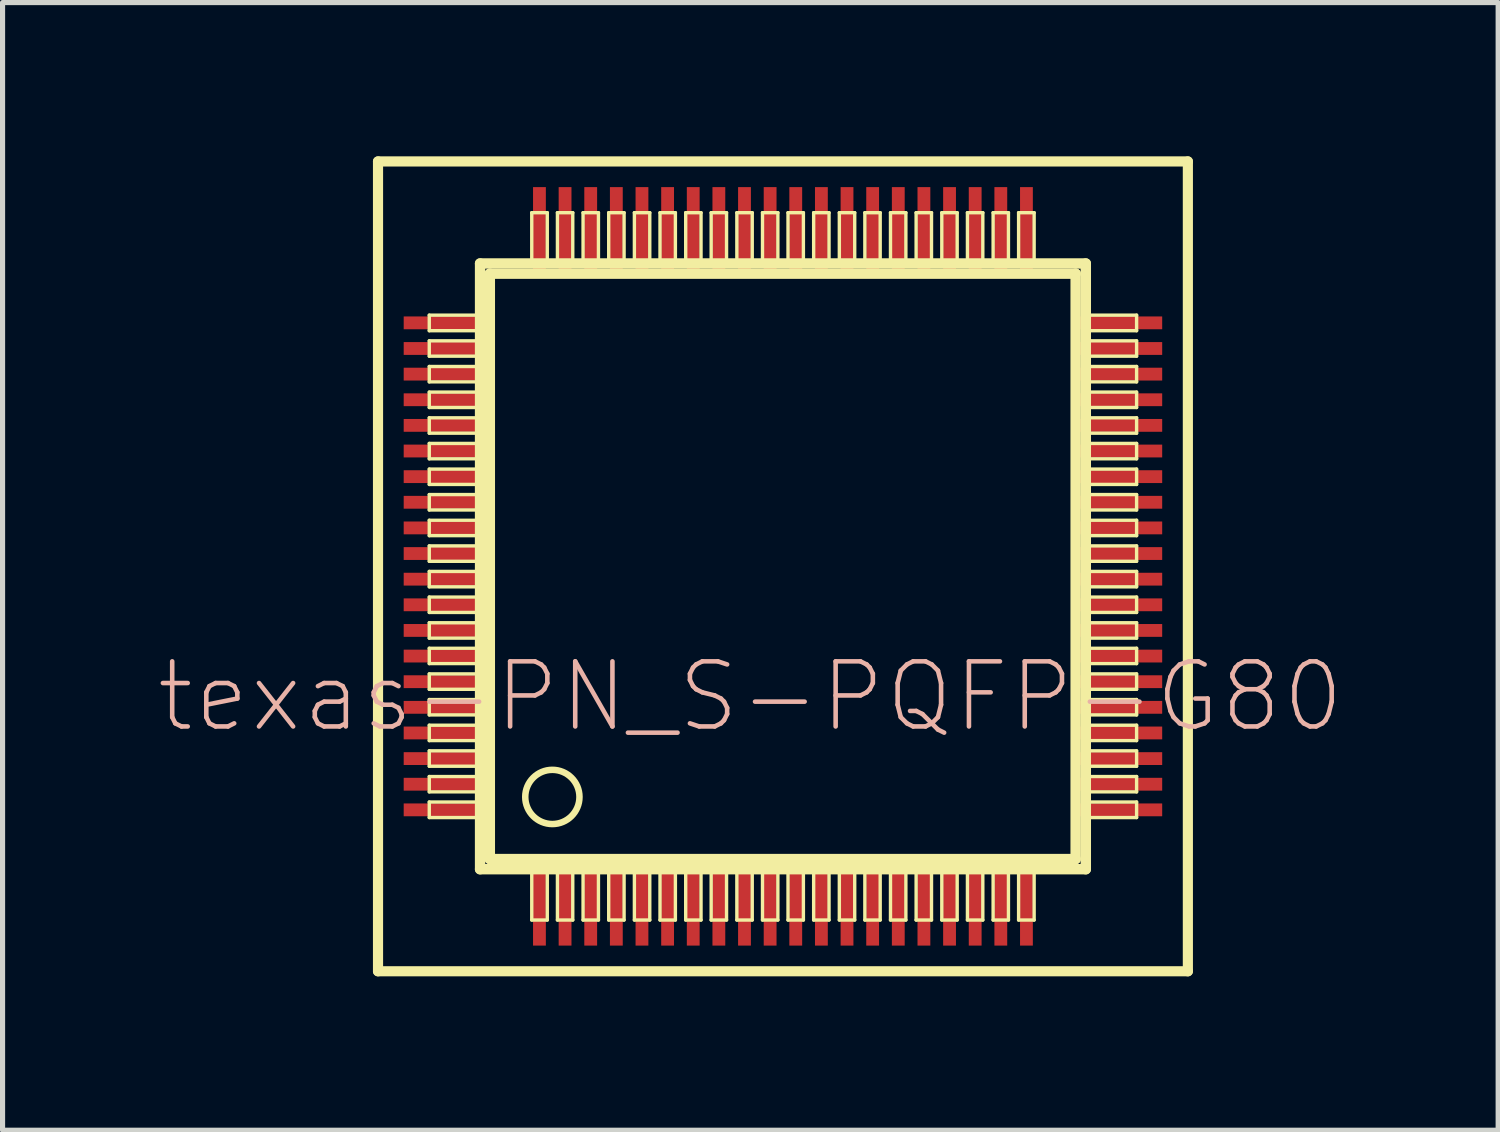
<source format=kicad_pcb>
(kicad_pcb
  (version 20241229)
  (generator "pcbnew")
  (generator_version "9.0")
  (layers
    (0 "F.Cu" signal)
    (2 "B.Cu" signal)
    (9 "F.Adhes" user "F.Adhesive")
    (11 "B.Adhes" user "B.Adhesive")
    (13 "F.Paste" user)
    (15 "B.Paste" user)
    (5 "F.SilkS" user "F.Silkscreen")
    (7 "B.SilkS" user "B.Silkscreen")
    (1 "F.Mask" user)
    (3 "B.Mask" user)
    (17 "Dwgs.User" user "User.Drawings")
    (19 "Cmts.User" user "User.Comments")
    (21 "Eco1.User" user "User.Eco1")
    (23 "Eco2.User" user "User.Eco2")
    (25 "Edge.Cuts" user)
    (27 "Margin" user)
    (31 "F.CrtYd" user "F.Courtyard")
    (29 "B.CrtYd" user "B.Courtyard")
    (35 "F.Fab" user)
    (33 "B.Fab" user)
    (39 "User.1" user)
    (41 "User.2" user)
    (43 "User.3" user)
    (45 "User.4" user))
  (footprint "texas-PN_S-PQFP-G80"
    (layer "F.Cu")
    (at 12.223 7.998)
    (property "Reference" "texas-PN_S-PQFP-G80" (at -0.635 2.54 0) (layer "B.SilkS") (effects (font (size 1.27 1.27) (thickness 0.089))))
    (attr smd)
    (fp_line (start -7.899 -7.899) (end 7.899 -7.899) (stroke (width 0.198) (type solid)) (layer "F.SilkS"))
    (fp_line (start -7.899 7.899) (end -7.899 -7.899) (stroke (width 0.198) (type solid)) (layer "F.SilkS"))
    (fp_line (start -6.899 -4.9) (end -5.949 -4.9) (stroke (width 0.066) (type solid)) (layer "F.SilkS"))
    (fp_line (start -6.899 -4.597) (end -6.899 -4.9) (stroke (width 0.066) (type solid)) (layer "F.SilkS"))
    (fp_line (start -6.899 -4.597) (end -5.949 -4.597) (stroke (width 0.066) (type solid)) (layer "F.SilkS"))
    (fp_line (start -6.899 -4.399) (end -5.949 -4.399) (stroke (width 0.066) (type solid)) (layer "F.SilkS"))
    (fp_line (start -6.899 -4.1) (end -6.899 -4.399) (stroke (width 0.066) (type solid)) (layer "F.SilkS"))
    (fp_line (start -6.899 -4.1) (end -5.949 -4.1) (stroke (width 0.066) (type solid)) (layer "F.SilkS"))
    (fp_line (start -6.899 -3.899) (end -5.949 -3.899) (stroke (width 0.066) (type solid)) (layer "F.SilkS"))
    (fp_line (start -6.899 -3.599) (end -6.899 -3.899) (stroke (width 0.066) (type solid)) (layer "F.SilkS"))
    (fp_line (start -6.899 -3.599) (end -5.949 -3.599) (stroke (width 0.066) (type solid)) (layer "F.SilkS"))
    (fp_line (start -6.899 -3.399) (end -5.949 -3.399) (stroke (width 0.066) (type solid)) (layer "F.SilkS"))
    (fp_line (start -6.899 -3.099) (end -6.899 -3.399) (stroke (width 0.066) (type solid)) (layer "F.SilkS"))
    (fp_line (start -6.899 -3.099) (end -5.949 -3.099) (stroke (width 0.066) (type solid)) (layer "F.SilkS"))
    (fp_line (start -6.899 -2.898) (end -5.949 -2.898) (stroke (width 0.066) (type solid)) (layer "F.SilkS"))
    (fp_line (start -6.899 -2.598) (end -6.899 -2.898) (stroke (width 0.066) (type solid)) (layer "F.SilkS"))
    (fp_line (start -6.899 -2.598) (end -5.949 -2.598) (stroke (width 0.066) (type solid)) (layer "F.SilkS"))
    (fp_line (start -6.899 -2.398) (end -5.949 -2.398) (stroke (width 0.066) (type solid)) (layer "F.SilkS"))
    (fp_line (start -6.899 -2.098) (end -6.899 -2.398) (stroke (width 0.066) (type solid)) (layer "F.SilkS"))
    (fp_line (start -6.899 -2.098) (end -5.949 -2.098) (stroke (width 0.066) (type solid)) (layer "F.SilkS"))
    (fp_line (start -6.899 -1.897) (end -5.949 -1.897) (stroke (width 0.066) (type solid)) (layer "F.SilkS"))
    (fp_line (start -6.899 -1.598) (end -6.899 -1.897) (stroke (width 0.066) (type solid)) (layer "F.SilkS"))
    (fp_line (start -6.899 -1.598) (end -5.949 -1.598) (stroke (width 0.066) (type solid)) (layer "F.SilkS"))
    (fp_line (start -6.899 -1.4) (end -5.949 -1.4) (stroke (width 0.066) (type solid)) (layer "F.SilkS"))
    (fp_line (start -6.899 -1.1) (end -6.899 -1.4) (stroke (width 0.066) (type solid)) (layer "F.SilkS"))
    (fp_line (start -6.899 -1.1) (end -5.949 -1.1) (stroke (width 0.066) (type solid)) (layer "F.SilkS"))
    (fp_line (start -6.899 -0.899) (end -5.949 -0.899) (stroke (width 0.066) (type solid)) (layer "F.SilkS"))
    (fp_line (start -6.899 -0.599) (end -6.899 -0.899) (stroke (width 0.066) (type solid)) (layer "F.SilkS"))
    (fp_line (start -6.899 -0.599) (end -5.949 -0.599) (stroke (width 0.066) (type solid)) (layer "F.SilkS"))
    (fp_line (start -6.899 -0.399) (end -5.949 -0.399) (stroke (width 0.066) (type solid)) (layer "F.SilkS"))
    (fp_line (start -6.899 -0.099) (end -6.899 -0.399) (stroke (width 0.066) (type solid)) (layer "F.SilkS"))
    (fp_line (start -6.899 -0.099) (end -5.949 -0.099) (stroke (width 0.066) (type solid)) (layer "F.SilkS"))
    (fp_line (start -6.899 0.099) (end -5.949 0.099) (stroke (width 0.066) (type solid)) (layer "F.SilkS"))
    (fp_line (start -6.899 0.399) (end -6.899 0.099) (stroke (width 0.066) (type solid)) (layer "F.SilkS"))
    (fp_line (start -6.899 0.399) (end -5.949 0.399) (stroke (width 0.066) (type solid)) (layer "F.SilkS"))
    (fp_line (start -6.899 0.599) (end -5.949 0.599) (stroke (width 0.066) (type solid)) (layer "F.SilkS"))
    (fp_line (start -6.899 0.899) (end -6.899 0.599) (stroke (width 0.066) (type solid)) (layer "F.SilkS"))
    (fp_line (start -6.899 0.899) (end -5.949 0.899) (stroke (width 0.066) (type solid)) (layer "F.SilkS"))
    (fp_line (start -6.899 1.1) (end -5.949 1.1) (stroke (width 0.066) (type solid)) (layer "F.SilkS"))
    (fp_line (start -6.899 1.4) (end -6.899 1.1) (stroke (width 0.066) (type solid)) (layer "F.SilkS"))
    (fp_line (start -6.899 1.4) (end -5.949 1.4) (stroke (width 0.066) (type solid)) (layer "F.SilkS"))
    (fp_line (start -6.899 1.598) (end -5.949 1.598) (stroke (width 0.066) (type solid)) (layer "F.SilkS"))
    (fp_line (start -6.899 1.897) (end -6.899 1.598) (stroke (width 0.066) (type solid)) (layer "F.SilkS"))
    (fp_line (start -6.899 1.897) (end -5.949 1.897) (stroke (width 0.066) (type solid)) (layer "F.SilkS"))
    (fp_line (start -6.899 2.098) (end -5.949 2.098) (stroke (width 0.066) (type solid)) (layer "F.SilkS"))
    (fp_line (start -6.899 2.398) (end -6.899 2.098) (stroke (width 0.066) (type solid)) (layer "F.SilkS"))
    (fp_line (start -6.899 2.398) (end -5.949 2.398) (stroke (width 0.066) (type solid)) (layer "F.SilkS"))
    (fp_line (start -6.899 2.598) (end -5.949 2.598) (stroke (width 0.066) (type solid)) (layer "F.SilkS"))
    (fp_line (start -6.899 2.898) (end -6.899 2.598) (stroke (width 0.066) (type solid)) (layer "F.SilkS"))
    (fp_line (start -6.899 2.898) (end -5.949 2.898) (stroke (width 0.066) (type solid)) (layer "F.SilkS"))
    (fp_line (start -6.899 3.099) (end -5.949 3.099) (stroke (width 0.066) (type solid)) (layer "F.SilkS"))
    (fp_line (start -6.899 3.399) (end -6.899 3.099) (stroke (width 0.066) (type solid)) (layer "F.SilkS"))
    (fp_line (start -6.899 3.399) (end -5.949 3.399) (stroke (width 0.066) (type solid)) (layer "F.SilkS"))
    (fp_line (start -6.899 3.599) (end -5.949 3.599) (stroke (width 0.066) (type solid)) (layer "F.SilkS"))
    (fp_line (start -6.899 3.899) (end -6.899 3.599) (stroke (width 0.066) (type solid)) (layer "F.SilkS"))
    (fp_line (start -6.899 3.899) (end -5.949 3.899) (stroke (width 0.066) (type solid)) (layer "F.SilkS"))
    (fp_line (start -6.899 4.1) (end -5.949 4.1) (stroke (width 0.066) (type solid)) (layer "F.SilkS"))
    (fp_line (start -6.899 4.399) (end -6.899 4.1) (stroke (width 0.066) (type solid)) (layer "F.SilkS"))
    (fp_line (start -6.899 4.399) (end -5.949 4.399) (stroke (width 0.066) (type solid)) (layer "F.SilkS"))
    (fp_line (start -6.899 4.597) (end -5.949 4.597) (stroke (width 0.066) (type solid)) (layer "F.SilkS"))
    (fp_line (start -6.899 4.9) (end -6.899 4.597) (stroke (width 0.066) (type solid)) (layer "F.SilkS"))
    (fp_line (start -6.899 4.9) (end -5.949 4.9) (stroke (width 0.066) (type solid)) (layer "F.SilkS"))
    (fp_line (start -5.949 -4.597) (end -5.949 -4.9) (stroke (width 0.066) (type solid)) (layer "F.SilkS"))
    (fp_line (start -5.949 -4.1) (end -5.949 -4.399) (stroke (width 0.066) (type solid)) (layer "F.SilkS"))
    (fp_line (start -5.949 -3.599) (end -5.949 -3.899) (stroke (width 0.066) (type solid)) (layer "F.SilkS"))
    (fp_line (start -5.949 -3.099) (end -5.949 -3.399) (stroke (width 0.066) (type solid)) (layer "F.SilkS"))
    (fp_line (start -5.949 -2.598) (end -5.949 -2.898) (stroke (width 0.066) (type solid)) (layer "F.SilkS"))
    (fp_line (start -5.949 -2.098) (end -5.949 -2.398) (stroke (width 0.066) (type solid)) (layer "F.SilkS"))
    (fp_line (start -5.949 -1.598) (end -5.949 -1.897) (stroke (width 0.066) (type solid)) (layer "F.SilkS"))
    (fp_line (start -5.949 -1.1) (end -5.949 -1.4) (stroke (width 0.066) (type solid)) (layer "F.SilkS"))
    (fp_line (start -5.949 -0.599) (end -5.949 -0.899) (stroke (width 0.066) (type solid)) (layer "F.SilkS"))
    (fp_line (start -5.949 -0.099) (end -5.949 -0.399) (stroke (width 0.066) (type solid)) (layer "F.SilkS"))
    (fp_line (start -5.949 0.399) (end -5.949 0.099) (stroke (width 0.066) (type solid)) (layer "F.SilkS"))
    (fp_line (start -5.949 0.899) (end -5.949 0.599) (stroke (width 0.066) (type solid)) (layer "F.SilkS"))
    (fp_line (start -5.949 1.4) (end -5.949 1.1) (stroke (width 0.066) (type solid)) (layer "F.SilkS"))
    (fp_line (start -5.949 1.897) (end -5.949 1.598) (stroke (width 0.066) (type solid)) (layer "F.SilkS"))
    (fp_line (start -5.949 2.398) (end -5.949 2.098) (stroke (width 0.066) (type solid)) (layer "F.SilkS"))
    (fp_line (start -5.949 2.898) (end -5.949 2.598) (stroke (width 0.066) (type solid)) (layer "F.SilkS"))
    (fp_line (start -5.949 3.399) (end -5.949 3.099) (stroke (width 0.066) (type solid)) (layer "F.SilkS"))
    (fp_line (start -5.949 3.899) (end -5.949 3.599) (stroke (width 0.066) (type solid)) (layer "F.SilkS"))
    (fp_line (start -5.949 4.399) (end -5.949 4.1) (stroke (width 0.066) (type solid)) (layer "F.SilkS"))
    (fp_line (start -5.949 4.9) (end -5.949 4.597) (stroke (width 0.066) (type solid)) (layer "F.SilkS"))
    (fp_line (start -5.908 -5.908) (end -5.908 5.908) (stroke (width 0.203) (type solid)) (layer "F.SilkS"))
    (fp_line (start -5.908 5.908) (end 5.908 5.908) (stroke (width 0.203) (type solid)) (layer "F.SilkS"))
    (fp_line (start -5.718 -5.71) (end 5.71 -5.71) (stroke (width 0.203) (type solid)) (layer "F.SilkS"))
    (fp_line (start -5.718 5.71) (end -5.718 -5.71) (stroke (width 0.203) (type solid)) (layer "F.SilkS"))
    (fp_line (start -4.9 -6.899) (end -4.597 -6.899) (stroke (width 0.066) (type solid)) (layer "F.SilkS"))
    (fp_line (start -4.9 -5.949) (end -4.9 -6.899) (stroke (width 0.066) (type solid)) (layer "F.SilkS"))
    (fp_line (start -4.9 -5.949) (end -4.597 -5.949) (stroke (width 0.066) (type solid)) (layer "F.SilkS"))
    (fp_line (start -4.9 5.949) (end -4.597 5.949) (stroke (width 0.066) (type solid)) (layer "F.SilkS"))
    (fp_line (start -4.9 6.899) (end -4.9 5.949) (stroke (width 0.066) (type solid)) (layer "F.SilkS"))
    (fp_line (start -4.9 6.899) (end -4.597 6.899) (stroke (width 0.066) (type solid)) (layer "F.SilkS"))
    (fp_line (start -4.597 -5.949) (end -4.597 -6.899) (stroke (width 0.066) (type solid)) (layer "F.SilkS"))
    (fp_line (start -4.597 6.899) (end -4.597 5.949) (stroke (width 0.066) (type solid)) (layer "F.SilkS"))
    (fp_line (start -4.399 -6.899) (end -4.1 -6.899) (stroke (width 0.066) (type solid)) (layer "F.SilkS"))
    (fp_line (start -4.399 -5.949) (end -4.399 -6.899) (stroke (width 0.066) (type solid)) (layer "F.SilkS"))
    (fp_line (start -4.399 -5.949) (end -4.1 -5.949) (stroke (width 0.066) (type solid)) (layer "F.SilkS"))
    (fp_line (start -4.399 5.949) (end -4.1 5.949) (stroke (width 0.066) (type solid)) (layer "F.SilkS"))
    (fp_line (start -4.399 6.899) (end -4.399 5.949) (stroke (width 0.066) (type solid)) (layer "F.SilkS"))
    (fp_line (start -4.399 6.899) (end -4.1 6.899) (stroke (width 0.066) (type solid)) (layer "F.SilkS"))
    (fp_line (start -4.1 -5.949) (end -4.1 -6.899) (stroke (width 0.066) (type solid)) (layer "F.SilkS"))
    (fp_line (start -4.1 6.899) (end -4.1 5.949) (stroke (width 0.066) (type solid)) (layer "F.SilkS"))
    (fp_line (start -3.899 -6.899) (end -3.599 -6.899) (stroke (width 0.066) (type solid)) (layer "F.SilkS"))
    (fp_line (start -3.899 -5.949) (end -3.899 -6.899) (stroke (width 0.066) (type solid)) (layer "F.SilkS"))
    (fp_line (start -3.899 -5.949) (end -3.599 -5.949) (stroke (width 0.066) (type solid)) (layer "F.SilkS"))
    (fp_line (start -3.899 5.949) (end -3.599 5.949) (stroke (width 0.066) (type solid)) (layer "F.SilkS"))
    (fp_line (start -3.899 6.899) (end -3.899 5.949) (stroke (width 0.066) (type solid)) (layer "F.SilkS"))
    (fp_line (start -3.899 6.899) (end -3.599 6.899) (stroke (width 0.066) (type solid)) (layer "F.SilkS"))
    (fp_line (start -3.599 -5.949) (end -3.599 -6.899) (stroke (width 0.066) (type solid)) (layer "F.SilkS"))
    (fp_line (start -3.599 6.899) (end -3.599 5.949) (stroke (width 0.066) (type solid)) (layer "F.SilkS"))
    (fp_line (start -3.399 -6.899) (end -3.099 -6.899) (stroke (width 0.066) (type solid)) (layer "F.SilkS"))
    (fp_line (start -3.399 -5.949) (end -3.399 -6.899) (stroke (width 0.066) (type solid)) (layer "F.SilkS"))
    (fp_line (start -3.399 -5.949) (end -3.099 -5.949) (stroke (width 0.066) (type solid)) (layer "F.SilkS"))
    (fp_line (start -3.399 5.949) (end -3.099 5.949) (stroke (width 0.066) (type solid)) (layer "F.SilkS"))
    (fp_line (start -3.399 6.899) (end -3.399 5.949) (stroke (width 0.066) (type solid)) (layer "F.SilkS"))
    (fp_line (start -3.399 6.899) (end -3.099 6.899) (stroke (width 0.066) (type solid)) (layer "F.SilkS"))
    (fp_line (start -3.099 -5.949) (end -3.099 -6.899) (stroke (width 0.066) (type solid)) (layer "F.SilkS"))
    (fp_line (start -3.099 6.899) (end -3.099 5.949) (stroke (width 0.066) (type solid)) (layer "F.SilkS"))
    (fp_line (start -2.898 -6.899) (end -2.598 -6.899) (stroke (width 0.066) (type solid)) (layer "F.SilkS"))
    (fp_line (start -2.898 -5.949) (end -2.898 -6.899) (stroke (width 0.066) (type solid)) (layer "F.SilkS"))
    (fp_line (start -2.898 -5.949) (end -2.598 -5.949) (stroke (width 0.066) (type solid)) (layer "F.SilkS"))
    (fp_line (start -2.898 5.949) (end -2.598 5.949) (stroke (width 0.066) (type solid)) (layer "F.SilkS"))
    (fp_line (start -2.898 6.899) (end -2.898 5.949) (stroke (width 0.066) (type solid)) (layer "F.SilkS"))
    (fp_line (start -2.898 6.899) (end -2.598 6.899) (stroke (width 0.066) (type solid)) (layer "F.SilkS"))
    (fp_line (start -2.598 -5.949) (end -2.598 -6.899) (stroke (width 0.066) (type solid)) (layer "F.SilkS"))
    (fp_line (start -2.598 6.899) (end -2.598 5.949) (stroke (width 0.066) (type solid)) (layer "F.SilkS"))
    (fp_line (start -2.398 -6.899) (end -2.098 -6.899) (stroke (width 0.066) (type solid)) (layer "F.SilkS"))
    (fp_line (start -2.398 -5.949) (end -2.398 -6.899) (stroke (width 0.066) (type solid)) (layer "F.SilkS"))
    (fp_line (start -2.398 -5.949) (end -2.098 -5.949) (stroke (width 0.066) (type solid)) (layer "F.SilkS"))
    (fp_line (start -2.398 5.949) (end -2.098 5.949) (stroke (width 0.066) (type solid)) (layer "F.SilkS"))
    (fp_line (start -2.398 6.899) (end -2.398 5.949) (stroke (width 0.066) (type solid)) (layer "F.SilkS"))
    (fp_line (start -2.398 6.899) (end -2.098 6.899) (stroke (width 0.066) (type solid)) (layer "F.SilkS"))
    (fp_line (start -2.098 -5.949) (end -2.098 -6.899) (stroke (width 0.066) (type solid)) (layer "F.SilkS"))
    (fp_line (start -2.098 6.899) (end -2.098 5.949) (stroke (width 0.066) (type solid)) (layer "F.SilkS"))
    (fp_line (start -1.897 -6.899) (end -1.598 -6.899) (stroke (width 0.066) (type solid)) (layer "F.SilkS"))
    (fp_line (start -1.897 -5.949) (end -1.897 -6.899) (stroke (width 0.066) (type solid)) (layer "F.SilkS"))
    (fp_line (start -1.897 -5.949) (end -1.598 -5.949) (stroke (width 0.066) (type solid)) (layer "F.SilkS"))
    (fp_line (start -1.897 5.949) (end -1.598 5.949) (stroke (width 0.066) (type solid)) (layer "F.SilkS"))
    (fp_line (start -1.897 6.899) (end -1.897 5.949) (stroke (width 0.066) (type solid)) (layer "F.SilkS"))
    (fp_line (start -1.897 6.899) (end -1.598 6.899) (stroke (width 0.066) (type solid)) (layer "F.SilkS"))
    (fp_line (start -1.598 -5.949) (end -1.598 -6.899) (stroke (width 0.066) (type solid)) (layer "F.SilkS"))
    (fp_line (start -1.598 6.899) (end -1.598 5.949) (stroke (width 0.066) (type solid)) (layer "F.SilkS"))
    (fp_line (start -1.4 -6.899) (end -1.1 -6.899) (stroke (width 0.066) (type solid)) (layer "F.SilkS"))
    (fp_line (start -1.4 -5.949) (end -1.4 -6.899) (stroke (width 0.066) (type solid)) (layer "F.SilkS"))
    (fp_line (start -1.4 -5.949) (end -1.1 -5.949) (stroke (width 0.066) (type solid)) (layer "F.SilkS"))
    (fp_line (start -1.4 5.949) (end -1.1 5.949) (stroke (width 0.066) (type solid)) (layer "F.SilkS"))
    (fp_line (start -1.4 6.899) (end -1.4 5.949) (stroke (width 0.066) (type solid)) (layer "F.SilkS"))
    (fp_line (start -1.4 6.899) (end -1.1 6.899) (stroke (width 0.066) (type solid)) (layer "F.SilkS"))
    (fp_line (start -1.1 -5.949) (end -1.1 -6.899) (stroke (width 0.066) (type solid)) (layer "F.SilkS"))
    (fp_line (start -1.1 6.899) (end -1.1 5.949) (stroke (width 0.066) (type solid)) (layer "F.SilkS"))
    (fp_line (start -0.899 -6.899) (end -0.599 -6.899) (stroke (width 0.066) (type solid)) (layer "F.SilkS"))
    (fp_line (start -0.899 -5.949) (end -0.899 -6.899) (stroke (width 0.066) (type solid)) (layer "F.SilkS"))
    (fp_line (start -0.899 -5.949) (end -0.599 -5.949) (stroke (width 0.066) (type solid)) (layer "F.SilkS"))
    (fp_line (start -0.899 5.949) (end -0.599 5.949) (stroke (width 0.066) (type solid)) (layer "F.SilkS"))
    (fp_line (start -0.899 6.899) (end -0.899 5.949) (stroke (width 0.066) (type solid)) (layer "F.SilkS"))
    (fp_line (start -0.899 6.899) (end -0.599 6.899) (stroke (width 0.066) (type solid)) (layer "F.SilkS"))
    (fp_line (start -0.599 -5.949) (end -0.599 -6.899) (stroke (width 0.066) (type solid)) (layer "F.SilkS"))
    (fp_line (start -0.599 6.899) (end -0.599 5.949) (stroke (width 0.066) (type solid)) (layer "F.SilkS"))
    (fp_line (start -0.399 -6.899) (end -0.099 -6.899) (stroke (width 0.066) (type solid)) (layer "F.SilkS"))
    (fp_line (start -0.399 -5.949) (end -0.399 -6.899) (stroke (width 0.066) (type solid)) (layer "F.SilkS"))
    (fp_line (start -0.399 -5.949) (end -0.099 -5.949) (stroke (width 0.066) (type solid)) (layer "F.SilkS"))
    (fp_line (start -0.399 5.949) (end -0.099 5.949) (stroke (width 0.066) (type solid)) (layer "F.SilkS"))
    (fp_line (start -0.399 6.899) (end -0.399 5.949) (stroke (width 0.066) (type solid)) (layer "F.SilkS"))
    (fp_line (start -0.399 6.899) (end -0.099 6.899) (stroke (width 0.066) (type solid)) (layer "F.SilkS"))
    (fp_line (start -0.099 -5.949) (end -0.099 -6.899) (stroke (width 0.066) (type solid)) (layer "F.SilkS"))
    (fp_line (start -0.099 6.899) (end -0.099 5.949) (stroke (width 0.066) (type solid)) (layer "F.SilkS"))
    (fp_line (start 0.099 -6.899) (end 0.399 -6.899) (stroke (width 0.066) (type solid)) (layer "F.SilkS"))
    (fp_line (start 0.099 -5.949) (end 0.099 -6.899) (stroke (width 0.066) (type solid)) (layer "F.SilkS"))
    (fp_line (start 0.099 -5.949) (end 0.399 -5.949) (stroke (width 0.066) (type solid)) (layer "F.SilkS"))
    (fp_line (start 0.099 5.949) (end 0.399 5.949) (stroke (width 0.066) (type solid)) (layer "F.SilkS"))
    (fp_line (start 0.099 6.899) (end 0.099 5.949) (stroke (width 0.066) (type solid)) (layer "F.SilkS"))
    (fp_line (start 0.099 6.899) (end 0.399 6.899) (stroke (width 0.066) (type solid)) (layer "F.SilkS"))
    (fp_line (start 0.399 -5.949) (end 0.399 -6.899) (stroke (width 0.066) (type solid)) (layer "F.SilkS"))
    (fp_line (start 0.399 6.899) (end 0.399 5.949) (stroke (width 0.066) (type solid)) (layer "F.SilkS"))
    (fp_line (start 0.599 -6.899) (end 0.899 -6.899) (stroke (width 0.066) (type solid)) (layer "F.SilkS"))
    (fp_line (start 0.599 -5.949) (end 0.599 -6.899) (stroke (width 0.066) (type solid)) (layer "F.SilkS"))
    (fp_line (start 0.599 -5.949) (end 0.899 -5.949) (stroke (width 0.066) (type solid)) (layer "F.SilkS"))
    (fp_line (start 0.599 5.949) (end 0.899 5.949) (stroke (width 0.066) (type solid)) (layer "F.SilkS"))
    (fp_line (start 0.599 6.899) (end 0.599 5.949) (stroke (width 0.066) (type solid)) (layer "F.SilkS"))
    (fp_line (start 0.599 6.899) (end 0.899 6.899) (stroke (width 0.066) (type solid)) (layer "F.SilkS"))
    (fp_line (start 0.899 -5.949) (end 0.899 -6.899) (stroke (width 0.066) (type solid)) (layer "F.SilkS"))
    (fp_line (start 0.899 6.899) (end 0.899 5.949) (stroke (width 0.066) (type solid)) (layer "F.SilkS"))
    (fp_line (start 1.1 -6.899) (end 1.4 -6.899) (stroke (width 0.066) (type solid)) (layer "F.SilkS"))
    (fp_line (start 1.1 -5.949) (end 1.1 -6.899) (stroke (width 0.066) (type solid)) (layer "F.SilkS"))
    (fp_line (start 1.1 -5.949) (end 1.4 -5.949) (stroke (width 0.066) (type solid)) (layer "F.SilkS"))
    (fp_line (start 1.1 5.949) (end 1.4 5.949) (stroke (width 0.066) (type solid)) (layer "F.SilkS"))
    (fp_line (start 1.1 6.899) (end 1.1 5.949) (stroke (width 0.066) (type solid)) (layer "F.SilkS"))
    (fp_line (start 1.1 6.899) (end 1.4 6.899) (stroke (width 0.066) (type solid)) (layer "F.SilkS"))
    (fp_line (start 1.4 -5.949) (end 1.4 -6.899) (stroke (width 0.066) (type solid)) (layer "F.SilkS"))
    (fp_line (start 1.4 6.899) (end 1.4 5.949) (stroke (width 0.066) (type solid)) (layer "F.SilkS"))
    (fp_line (start 1.598 -6.899) (end 1.897 -6.899) (stroke (width 0.066) (type solid)) (layer "F.SilkS"))
    (fp_line (start 1.598 -5.949) (end 1.598 -6.899) (stroke (width 0.066) (type solid)) (layer "F.SilkS"))
    (fp_line (start 1.598 -5.949) (end 1.897 -5.949) (stroke (width 0.066) (type solid)) (layer "F.SilkS"))
    (fp_line (start 1.598 5.949) (end 1.897 5.949) (stroke (width 0.066) (type solid)) (layer "F.SilkS"))
    (fp_line (start 1.598 6.899) (end 1.598 5.949) (stroke (width 0.066) (type solid)) (layer "F.SilkS"))
    (fp_line (start 1.598 6.899) (end 1.897 6.899) (stroke (width 0.066) (type solid)) (layer "F.SilkS"))
    (fp_line (start 1.897 -5.949) (end 1.897 -6.899) (stroke (width 0.066) (type solid)) (layer "F.SilkS"))
    (fp_line (start 1.897 6.899) (end 1.897 5.949) (stroke (width 0.066) (type solid)) (layer "F.SilkS"))
    (fp_line (start 2.098 -6.899) (end 2.398 -6.899) (stroke (width 0.066) (type solid)) (layer "F.SilkS"))
    (fp_line (start 2.098 -5.949) (end 2.098 -6.899) (stroke (width 0.066) (type solid)) (layer "F.SilkS"))
    (fp_line (start 2.098 -5.949) (end 2.398 -5.949) (stroke (width 0.066) (type solid)) (layer "F.SilkS"))
    (fp_line (start 2.098 5.949) (end 2.398 5.949) (stroke (width 0.066) (type solid)) (layer "F.SilkS"))
    (fp_line (start 2.098 6.899) (end 2.098 5.949) (stroke (width 0.066) (type solid)) (layer "F.SilkS"))
    (fp_line (start 2.098 6.899) (end 2.398 6.899) (stroke (width 0.066) (type solid)) (layer "F.SilkS"))
    (fp_line (start 2.398 -5.949) (end 2.398 -6.899) (stroke (width 0.066) (type solid)) (layer "F.SilkS"))
    (fp_line (start 2.398 6.899) (end 2.398 5.949) (stroke (width 0.066) (type solid)) (layer "F.SilkS"))
    (fp_line (start 2.598 -6.899) (end 2.898 -6.899) (stroke (width 0.066) (type solid)) (layer "F.SilkS"))
    (fp_line (start 2.598 -5.949) (end 2.598 -6.899) (stroke (width 0.066) (type solid)) (layer "F.SilkS"))
    (fp_line (start 2.598 -5.949) (end 2.898 -5.949) (stroke (width 0.066) (type solid)) (layer "F.SilkS"))
    (fp_line (start 2.598 5.949) (end 2.898 5.949) (stroke (width 0.066) (type solid)) (layer "F.SilkS"))
    (fp_line (start 2.598 6.899) (end 2.598 5.949) (stroke (width 0.066) (type solid)) (layer "F.SilkS"))
    (fp_line (start 2.598 6.899) (end 2.898 6.899) (stroke (width 0.066) (type solid)) (layer "F.SilkS"))
    (fp_line (start 2.898 -5.949) (end 2.898 -6.899) (stroke (width 0.066) (type solid)) (layer "F.SilkS"))
    (fp_line (start 2.898 6.899) (end 2.898 5.949) (stroke (width 0.066) (type solid)) (layer "F.SilkS"))
    (fp_line (start 3.099 -6.899) (end 3.399 -6.899) (stroke (width 0.066) (type solid)) (layer "F.SilkS"))
    (fp_line (start 3.099 -5.949) (end 3.099 -6.899) (stroke (width 0.066) (type solid)) (layer "F.SilkS"))
    (fp_line (start 3.099 -5.949) (end 3.399 -5.949) (stroke (width 0.066) (type solid)) (layer "F.SilkS"))
    (fp_line (start 3.099 5.949) (end 3.399 5.949) (stroke (width 0.066) (type solid)) (layer "F.SilkS"))
    (fp_line (start 3.099 6.899) (end 3.099 5.949) (stroke (width 0.066) (type solid)) (layer "F.SilkS"))
    (fp_line (start 3.099 6.899) (end 3.399 6.899) (stroke (width 0.066) (type solid)) (layer "F.SilkS"))
    (fp_line (start 3.399 -5.949) (end 3.399 -6.899) (stroke (width 0.066) (type solid)) (layer "F.SilkS"))
    (fp_line (start 3.399 6.899) (end 3.399 5.949) (stroke (width 0.066) (type solid)) (layer "F.SilkS"))
    (fp_line (start 3.599 -6.899) (end 3.899 -6.899) (stroke (width 0.066) (type solid)) (layer "F.SilkS"))
    (fp_line (start 3.599 -5.949) (end 3.599 -6.899) (stroke (width 0.066) (type solid)) (layer "F.SilkS"))
    (fp_line (start 3.599 -5.949) (end 3.899 -5.949) (stroke (width 0.066) (type solid)) (layer "F.SilkS"))
    (fp_line (start 3.599 5.949) (end 3.899 5.949) (stroke (width 0.066) (type solid)) (layer "F.SilkS"))
    (fp_line (start 3.599 6.899) (end 3.599 5.949) (stroke (width 0.066) (type solid)) (layer "F.SilkS"))
    (fp_line (start 3.599 6.899) (end 3.899 6.899) (stroke (width 0.066) (type solid)) (layer "F.SilkS"))
    (fp_line (start 3.899 -5.949) (end 3.899 -6.899) (stroke (width 0.066) (type solid)) (layer "F.SilkS"))
    (fp_line (start 3.899 6.899) (end 3.899 5.949) (stroke (width 0.066) (type solid)) (layer "F.SilkS"))
    (fp_line (start 4.1 -6.899) (end 4.399 -6.899) (stroke (width 0.066) (type solid)) (layer "F.SilkS"))
    (fp_line (start 4.1 -5.949) (end 4.1 -6.899) (stroke (width 0.066) (type solid)) (layer "F.SilkS"))
    (fp_line (start 4.1 -5.949) (end 4.399 -5.949) (stroke (width 0.066) (type solid)) (layer "F.SilkS"))
    (fp_line (start 4.1 5.949) (end 4.399 5.949) (stroke (width 0.066) (type solid)) (layer "F.SilkS"))
    (fp_line (start 4.1 6.899) (end 4.1 5.949) (stroke (width 0.066) (type solid)) (layer "F.SilkS"))
    (fp_line (start 4.1 6.899) (end 4.399 6.899) (stroke (width 0.066) (type solid)) (layer "F.SilkS"))
    (fp_line (start 4.399 -5.949) (end 4.399 -6.899) (stroke (width 0.066) (type solid)) (layer "F.SilkS"))
    (fp_line (start 4.399 6.899) (end 4.399 5.949) (stroke (width 0.066) (type solid)) (layer "F.SilkS"))
    (fp_line (start 4.597 -6.899) (end 4.9 -6.899) (stroke (width 0.066) (type solid)) (layer "F.SilkS"))
    (fp_line (start 4.597 -5.949) (end 4.597 -6.899) (stroke (width 0.066) (type solid)) (layer "F.SilkS"))
    (fp_line (start 4.597 -5.949) (end 4.9 -5.949) (stroke (width 0.066) (type solid)) (layer "F.SilkS"))
    (fp_line (start 4.597 5.949) (end 4.9 5.949) (stroke (width 0.066) (type solid)) (layer "F.SilkS"))
    (fp_line (start 4.597 6.899) (end 4.597 5.949) (stroke (width 0.066) (type solid)) (layer "F.SilkS"))
    (fp_line (start 4.597 6.899) (end 4.9 6.899) (stroke (width 0.066) (type solid)) (layer "F.SilkS"))
    (fp_line (start 4.9 -5.949) (end 4.9 -6.899) (stroke (width 0.066) (type solid)) (layer "F.SilkS"))
    (fp_line (start 4.9 6.899) (end 4.9 5.949) (stroke (width 0.066) (type solid)) (layer "F.SilkS"))
    (fp_line (start 5.71 -5.71) (end 5.71 5.71) (stroke (width 0.203) (type solid)) (layer "F.SilkS"))
    (fp_line (start 5.71 5.71) (end -5.718 5.71) (stroke (width 0.203) (type solid)) (layer "F.SilkS"))
    (fp_line (start 5.908 -5.908) (end -5.908 -5.908) (stroke (width 0.203) (type solid)) (layer "F.SilkS"))
    (fp_line (start 5.908 5.908) (end 5.908 -5.908) (stroke (width 0.203) (type solid)) (layer "F.SilkS"))
    (fp_line (start 5.949 -4.9) (end 6.899 -4.9) (stroke (width 0.066) (type solid)) (layer "F.SilkS"))
    (fp_line (start 5.949 -4.597) (end 5.949 -4.9) (stroke (width 0.066) (type solid)) (layer "F.SilkS"))
    (fp_line (start 5.949 -4.597) (end 6.899 -4.597) (stroke (width 0.066) (type solid)) (layer "F.SilkS"))
    (fp_line (start 5.949 -4.399) (end 6.899 -4.399) (stroke (width 0.066) (type solid)) (layer "F.SilkS"))
    (fp_line (start 5.949 -4.1) (end 5.949 -4.399) (stroke (width 0.066) (type solid)) (layer "F.SilkS"))
    (fp_line (start 5.949 -4.1) (end 6.899 -4.1) (stroke (width 0.066) (type solid)) (layer "F.SilkS"))
    (fp_line (start 5.949 -3.899) (end 6.899 -3.899) (stroke (width 0.066) (type solid)) (layer "F.SilkS"))
    (fp_line (start 5.949 -3.599) (end 5.949 -3.899) (stroke (width 0.066) (type solid)) (layer "F.SilkS"))
    (fp_line (start 5.949 -3.599) (end 6.899 -3.599) (stroke (width 0.066) (type solid)) (layer "F.SilkS"))
    (fp_line (start 5.949 -3.399) (end 6.899 -3.399) (stroke (width 0.066) (type solid)) (layer "F.SilkS"))
    (fp_line (start 5.949 -3.099) (end 5.949 -3.399) (stroke (width 0.066) (type solid)) (layer "F.SilkS"))
    (fp_line (start 5.949 -3.099) (end 6.899 -3.099) (stroke (width 0.066) (type solid)) (layer "F.SilkS"))
    (fp_line (start 5.949 -2.898) (end 6.899 -2.898) (stroke (width 0.066) (type solid)) (layer "F.SilkS"))
    (fp_line (start 5.949 -2.598) (end 5.949 -2.898) (stroke (width 0.066) (type solid)) (layer "F.SilkS"))
    (fp_line (start 5.949 -2.598) (end 6.899 -2.598) (stroke (width 0.066) (type solid)) (layer "F.SilkS"))
    (fp_line (start 5.949 -2.398) (end 6.899 -2.398) (stroke (width 0.066) (type solid)) (layer "F.SilkS"))
    (fp_line (start 5.949 -2.098) (end 5.949 -2.398) (stroke (width 0.066) (type solid)) (layer "F.SilkS"))
    (fp_line (start 5.949 -2.098) (end 6.899 -2.098) (stroke (width 0.066) (type solid)) (layer "F.SilkS"))
    (fp_line (start 5.949 -1.897) (end 6.899 -1.897) (stroke (width 0.066) (type solid)) (layer "F.SilkS"))
    (fp_line (start 5.949 -1.598) (end 5.949 -1.897) (stroke (width 0.066) (type solid)) (layer "F.SilkS"))
    (fp_line (start 5.949 -1.598) (end 6.899 -1.598) (stroke (width 0.066) (type solid)) (layer "F.SilkS"))
    (fp_line (start 5.949 -1.4) (end 6.899 -1.4) (stroke (width 0.066) (type solid)) (layer "F.SilkS"))
    (fp_line (start 5.949 -1.1) (end 5.949 -1.4) (stroke (width 0.066) (type solid)) (layer "F.SilkS"))
    (fp_line (start 5.949 -1.1) (end 6.899 -1.1) (stroke (width 0.066) (type solid)) (layer "F.SilkS"))
    (fp_line (start 5.949 -0.899) (end 6.899 -0.899) (stroke (width 0.066) (type solid)) (layer "F.SilkS"))
    (fp_line (start 5.949 -0.599) (end 5.949 -0.899) (stroke (width 0.066) (type solid)) (layer "F.SilkS"))
    (fp_line (start 5.949 -0.599) (end 6.899 -0.599) (stroke (width 0.066) (type solid)) (layer "F.SilkS"))
    (fp_line (start 5.949 -0.399) (end 6.899 -0.399) (stroke (width 0.066) (type solid)) (layer "F.SilkS"))
    (fp_line (start 5.949 -0.099) (end 5.949 -0.399) (stroke (width 0.066) (type solid)) (layer "F.SilkS"))
    (fp_line (start 5.949 -0.099) (end 6.899 -0.099) (stroke (width 0.066) (type solid)) (layer "F.SilkS"))
    (fp_line (start 5.949 0.099) (end 6.899 0.099) (stroke (width 0.066) (type solid)) (layer "F.SilkS"))
    (fp_line (start 5.949 0.399) (end 5.949 0.099) (stroke (width 0.066) (type solid)) (layer "F.SilkS"))
    (fp_line (start 5.949 0.399) (end 6.899 0.399) (stroke (width 0.066) (type solid)) (layer "F.SilkS"))
    (fp_line (start 5.949 0.599) (end 6.899 0.599) (stroke (width 0.066) (type solid)) (layer "F.SilkS"))
    (fp_line (start 5.949 0.899) (end 5.949 0.599) (stroke (width 0.066) (type solid)) (layer "F.SilkS"))
    (fp_line (start 5.949 0.899) (end 6.899 0.899) (stroke (width 0.066) (type solid)) (layer "F.SilkS"))
    (fp_line (start 5.949 1.1) (end 6.899 1.1) (stroke (width 0.066) (type solid)) (layer "F.SilkS"))
    (fp_line (start 5.949 1.4) (end 5.949 1.1) (stroke (width 0.066) (type solid)) (layer "F.SilkS"))
    (fp_line (start 5.949 1.4) (end 6.899 1.4) (stroke (width 0.066) (type solid)) (layer "F.SilkS"))
    (fp_line (start 5.949 1.598) (end 6.899 1.598) (stroke (width 0.066) (type solid)) (layer "F.SilkS"))
    (fp_line (start 5.949 1.897) (end 5.949 1.598) (stroke (width 0.066) (type solid)) (layer "F.SilkS"))
    (fp_line (start 5.949 1.897) (end 6.899 1.897) (stroke (width 0.066) (type solid)) (layer "F.SilkS"))
    (fp_line (start 5.949 2.098) (end 6.899 2.098) (stroke (width 0.066) (type solid)) (layer "F.SilkS"))
    (fp_line (start 5.949 2.398) (end 5.949 2.098) (stroke (width 0.066) (type solid)) (layer "F.SilkS"))
    (fp_line (start 5.949 2.398) (end 6.899 2.398) (stroke (width 0.066) (type solid)) (layer "F.SilkS"))
    (fp_line (start 5.949 2.598) (end 6.899 2.598) (stroke (width 0.066) (type solid)) (layer "F.SilkS"))
    (fp_line (start 5.949 2.898) (end 5.949 2.598) (stroke (width 0.066) (type solid)) (layer "F.SilkS"))
    (fp_line (start 5.949 2.898) (end 6.899 2.898) (stroke (width 0.066) (type solid)) (layer "F.SilkS"))
    (fp_line (start 5.949 3.099) (end 6.899 3.099) (stroke (width 0.066) (type solid)) (layer "F.SilkS"))
    (fp_line (start 5.949 3.399) (end 5.949 3.099) (stroke (width 0.066) (type solid)) (layer "F.SilkS"))
    (fp_line (start 5.949 3.399) (end 6.899 3.399) (stroke (width 0.066) (type solid)) (layer "F.SilkS"))
    (fp_line (start 5.949 3.599) (end 6.899 3.599) (stroke (width 0.066) (type solid)) (layer "F.SilkS"))
    (fp_line (start 5.949 3.899) (end 5.949 3.599) (stroke (width 0.066) (type solid)) (layer "F.SilkS"))
    (fp_line (start 5.949 3.899) (end 6.899 3.899) (stroke (width 0.066) (type solid)) (layer "F.SilkS"))
    (fp_line (start 5.949 4.1) (end 6.899 4.1) (stroke (width 0.066) (type solid)) (layer "F.SilkS"))
    (fp_line (start 5.949 4.399) (end 5.949 4.1) (stroke (width 0.066) (type solid)) (layer "F.SilkS"))
    (fp_line (start 5.949 4.399) (end 6.899 4.399) (stroke (width 0.066) (type solid)) (layer "F.SilkS"))
    (fp_line (start 5.949 4.597) (end 6.899 4.597) (stroke (width 0.066) (type solid)) (layer "F.SilkS"))
    (fp_line (start 5.949 4.9) (end 5.949 4.597) (stroke (width 0.066) (type solid)) (layer "F.SilkS"))
    (fp_line (start 5.949 4.9) (end 6.899 4.9) (stroke (width 0.066) (type solid)) (layer "F.SilkS"))
    (fp_line (start 6.899 -4.597) (end 6.899 -4.9) (stroke (width 0.066) (type solid)) (layer "F.SilkS"))
    (fp_line (start 6.899 -4.1) (end 6.899 -4.399) (stroke (width 0.066) (type solid)) (layer "F.SilkS"))
    (fp_line (start 6.899 -3.599) (end 6.899 -3.899) (stroke (width 0.066) (type solid)) (layer "F.SilkS"))
    (fp_line (start 6.899 -3.099) (end 6.899 -3.399) (stroke (width 0.066) (type solid)) (layer "F.SilkS"))
    (fp_line (start 6.899 -2.598) (end 6.899 -2.898) (stroke (width 0.066) (type solid)) (layer "F.SilkS"))
    (fp_line (start 6.899 -2.098) (end 6.899 -2.398) (stroke (width 0.066) (type solid)) (layer "F.SilkS"))
    (fp_line (start 6.899 -1.598) (end 6.899 -1.897) (stroke (width 0.066) (type solid)) (layer "F.SilkS"))
    (fp_line (start 6.899 -1.1) (end 6.899 -1.4) (stroke (width 0.066) (type solid)) (layer "F.SilkS"))
    (fp_line (start 6.899 -0.599) (end 6.899 -0.899) (stroke (width 0.066) (type solid)) (layer "F.SilkS"))
    (fp_line (start 6.899 -0.099) (end 6.899 -0.399) (stroke (width 0.066) (type solid)) (layer "F.SilkS"))
    (fp_line (start 6.899 0.399) (end 6.899 0.099) (stroke (width 0.066) (type solid)) (layer "F.SilkS"))
    (fp_line (start 6.899 0.899) (end 6.899 0.599) (stroke (width 0.066) (type solid)) (layer "F.SilkS"))
    (fp_line (start 6.899 1.4) (end 6.899 1.1) (stroke (width 0.066) (type solid)) (layer "F.SilkS"))
    (fp_line (start 6.899 1.897) (end 6.899 1.598) (stroke (width 0.066) (type solid)) (layer "F.SilkS"))
    (fp_line (start 6.899 2.398) (end 6.899 2.098) (stroke (width 0.066) (type solid)) (layer "F.SilkS"))
    (fp_line (start 6.899 2.898) (end 6.899 2.598) (stroke (width 0.066) (type solid)) (layer "F.SilkS"))
    (fp_line (start 6.899 3.399) (end 6.899 3.099) (stroke (width 0.066) (type solid)) (layer "F.SilkS"))
    (fp_line (start 6.899 3.899) (end 6.899 3.599) (stroke (width 0.066) (type solid)) (layer "F.SilkS"))
    (fp_line (start 6.899 4.399) (end 6.899 4.1) (stroke (width 0.066) (type solid)) (layer "F.SilkS"))
    (fp_line (start 6.899 4.9) (end 6.899 4.597) (stroke (width 0.066) (type solid)) (layer "F.SilkS"))
    (fp_line (start 7.899 -7.899) (end 7.899 7.899) (stroke (width 0.198) (type solid)) (layer "F.SilkS"))
    (fp_line (start 7.899 7.899) (end -7.899 7.899) (stroke (width 0.198) (type solid)) (layer "F.SilkS"))
    (fp_circle (center -4.498 4.498) (end -4.872 4.872) (stroke (width 0.127) (type solid)) (fill no) (layer "F.SilkS"))
    (pad "1" smd rect (at -4.75 6.599) (size 0.25 1.598) (layers "F.Cu" "F.Mask" "F.Paste"))
    (pad "2" smd rect (at -4.25 6.599) (size 0.25 1.598) (layers "F.Cu" "F.Mask" "F.Paste"))
    (pad "3" smd rect (at -3.75 6.599) (size 0.25 1.598) (layers "F.Cu" "F.Mask" "F.Paste"))
    (pad "4" smd rect (at -3.25 6.599) (size 0.25 1.598) (layers "F.Cu" "F.Mask" "F.Paste"))
    (pad "5" smd rect (at -2.75 6.599) (size 0.25 1.598) (layers "F.Cu" "F.Mask" "F.Paste"))
    (pad "6" smd rect (at -2.25 6.599) (size 0.25 1.598) (layers "F.Cu" "F.Mask" "F.Paste"))
    (pad "7" smd rect (at -1.75 6.599) (size 0.25 1.598) (layers "F.Cu" "F.Mask" "F.Paste"))
    (pad "8" smd rect (at -1.25 6.599) (size 0.25 1.598) (layers "F.Cu" "F.Mask" "F.Paste"))
    (pad "9" smd rect (at -0.75 6.599) (size 0.25 1.598) (layers "F.Cu" "F.Mask" "F.Paste"))
    (pad "10" smd rect (at -0.25 6.599) (size 0.25 1.598) (layers "F.Cu" "F.Mask" "F.Paste"))
    (pad "11" smd rect (at 0.25 6.599) (size 0.25 1.598) (layers "F.Cu" "F.Mask" "F.Paste"))
    (pad "12" smd rect (at 0.75 6.599) (size 0.25 1.598) (layers "F.Cu" "F.Mask" "F.Paste"))
    (pad "13" smd rect (at 1.25 6.599) (size 0.25 1.598) (layers "F.Cu" "F.Mask" "F.Paste"))
    (pad "14" smd rect (at 1.75 6.599) (size 0.25 1.598) (layers "F.Cu" "F.Mask" "F.Paste"))
    (pad "15" smd rect (at 2.25 6.599) (size 0.25 1.598) (layers "F.Cu" "F.Mask" "F.Paste"))
    (pad "16" smd rect (at 2.75 6.599) (size 0.25 1.598) (layers "F.Cu" "F.Mask" "F.Paste"))
    (pad "17" smd rect (at 3.25 6.599) (size 0.25 1.598) (layers "F.Cu" "F.Mask" "F.Paste"))
    (pad "18" smd rect (at 3.75 6.599) (size 0.25 1.598) (layers "F.Cu" "F.Mask" "F.Paste"))
    (pad "19" smd rect (at 4.25 6.599) (size 0.25 1.598) (layers "F.Cu" "F.Mask" "F.Paste"))
    (pad "20" smd rect (at 4.75 6.599) (size 0.25 1.598) (layers "F.Cu" "F.Mask" "F.Paste"))
    (pad "21" smd rect (at 6.599 4.75) (size 1.598 0.25) (layers "F.Cu" "F.Mask" "F.Paste"))
    (pad "22" smd rect (at 6.599 4.25) (size 1.598 0.25) (layers "F.Cu" "F.Mask" "F.Paste"))
    (pad "23" smd rect (at 6.599 3.75) (size 1.598 0.25) (layers "F.Cu" "F.Mask" "F.Paste"))
    (pad "24" smd rect (at 6.599 3.25) (size 1.598 0.25) (layers "F.Cu" "F.Mask" "F.Paste"))
    (pad "25" smd rect (at 6.599 2.75) (size 1.598 0.25) (layers "F.Cu" "F.Mask" "F.Paste"))
    (pad "26" smd rect (at 6.599 2.25) (size 1.598 0.25) (layers "F.Cu" "F.Mask" "F.Paste"))
    (pad "27" smd rect (at 6.599 1.75) (size 1.598 0.25) (layers "F.Cu" "F.Mask" "F.Paste"))
    (pad "28" smd rect (at 6.599 1.25) (size 1.598 0.25) (layers "F.Cu" "F.Mask" "F.Paste"))
    (pad "29" smd rect (at 6.599 0.75) (size 1.598 0.25) (layers "F.Cu" "F.Mask" "F.Paste"))
    (pad "30" smd rect (at 6.599 0.25) (size 1.598 0.25) (layers "F.Cu" "F.Mask" "F.Paste"))
    (pad "31" smd rect (at 6.599 -0.25) (size 1.598 0.25) (layers "F.Cu" "F.Mask" "F.Paste"))
    (pad "32" smd rect (at 6.599 -0.75) (size 1.598 0.25) (layers "F.Cu" "F.Mask" "F.Paste"))
    (pad "33" smd rect (at 6.599 -1.25) (size 1.598 0.25) (layers "F.Cu" "F.Mask" "F.Paste"))
    (pad "34" smd rect (at 6.599 -1.75) (size 1.598 0.25) (layers "F.Cu" "F.Mask" "F.Paste"))
    (pad "35" smd rect (at 6.599 -2.25) (size 1.598 0.25) (layers "F.Cu" "F.Mask" "F.Paste"))
    (pad "36" smd rect (at 6.599 -2.75) (size 1.598 0.25) (layers "F.Cu" "F.Mask" "F.Paste"))
    (pad "37" smd rect (at 6.599 -3.25) (size 1.598 0.25) (layers "F.Cu" "F.Mask" "F.Paste"))
    (pad "38" smd rect (at 6.599 -3.75) (size 1.598 0.25) (layers "F.Cu" "F.Mask" "F.Paste"))
    (pad "39" smd rect (at 6.599 -4.25) (size 1.598 0.25) (layers "F.Cu" "F.Mask" "F.Paste"))
    (pad "40" smd rect (at 6.599 -4.75) (size 1.598 0.25) (layers "F.Cu" "F.Mask" "F.Paste"))
    (pad "41" smd rect (at 4.75 -6.599) (size 0.25 1.598) (layers "F.Cu" "F.Mask" "F.Paste"))
    (pad "42" smd rect (at 4.25 -6.599) (size 0.25 1.598) (layers "F.Cu" "F.Mask" "F.Paste"))
    (pad "43" smd rect (at 3.75 -6.599) (size 0.25 1.598) (layers "F.Cu" "F.Mask" "F.Paste"))
    (pad "44" smd rect (at 3.25 -6.599) (size 0.25 1.598) (layers "F.Cu" "F.Mask" "F.Paste"))
    (pad "45" smd rect (at 2.75 -6.599) (size 0.25 1.598) (layers "F.Cu" "F.Mask" "F.Paste"))
    (pad "46" smd rect (at 2.25 -6.599) (size 0.25 1.598) (layers "F.Cu" "F.Mask" "F.Paste"))
    (pad "47" smd rect (at 1.75 -6.599) (size 0.25 1.598) (layers "F.Cu" "F.Mask" "F.Paste"))
    (pad "48" smd rect (at 1.25 -6.599) (size 0.25 1.598) (layers "F.Cu" "F.Mask" "F.Paste"))
    (pad "49" smd rect (at 0.75 -6.599) (size 0.25 1.598) (layers "F.Cu" "F.Mask" "F.Paste"))
    (pad "50" smd rect (at 0.25 -6.599) (size 0.25 1.598) (layers "F.Cu" "F.Mask" "F.Paste"))
    (pad "51" smd rect (at -0.25 -6.599) (size 0.25 1.598) (layers "F.Cu" "F.Mask" "F.Paste"))
    (pad "52" smd rect (at -0.75 -6.599) (size 0.25 1.598) (layers "F.Cu" "F.Mask" "F.Paste"))
    (pad "53" smd rect (at -1.25 -6.599) (size 0.25 1.598) (layers "F.Cu" "F.Mask" "F.Paste"))
    (pad "54" smd rect (at -1.75 -6.599) (size 0.25 1.598) (layers "F.Cu" "F.Mask" "F.Paste"))
    (pad "55" smd rect (at -2.25 -6.599) (size 0.25 1.598) (layers "F.Cu" "F.Mask" "F.Paste"))
    (pad "56" smd rect (at -2.75 -6.599) (size 0.25 1.598) (layers "F.Cu" "F.Mask" "F.Paste"))
    (pad "57" smd rect (at -3.25 -6.599) (size 0.25 1.598) (layers "F.Cu" "F.Mask" "F.Paste"))
    (pad "58" smd rect (at -3.75 -6.599) (size 0.25 1.598) (layers "F.Cu" "F.Mask" "F.Paste"))
    (pad "59" smd rect (at -4.25 -6.599) (size 0.25 1.598) (layers "F.Cu" "F.Mask" "F.Paste"))
    (pad "60" smd rect (at -4.75 -6.599) (size 0.25 1.598) (layers "F.Cu" "F.Mask" "F.Paste"))
    (pad "61" smd rect (at -6.599 -4.75) (size 1.598 0.25) (layers "F.Cu" "F.Mask" "F.Paste"))
    (pad "62" smd rect (at -6.599 -4.25) (size 1.598 0.25) (layers "F.Cu" "F.Mask" "F.Paste"))
    (pad "63" smd rect (at -6.599 -3.75) (size 1.598 0.25) (layers "F.Cu" "F.Mask" "F.Paste"))
    (pad "64" smd rect (at -6.599 -3.25) (size 1.598 0.25) (layers "F.Cu" "F.Mask" "F.Paste"))
    (pad "65" smd rect (at -6.599 -2.75) (size 1.598 0.25) (layers "F.Cu" "F.Mask" "F.Paste"))
    (pad "66" smd rect (at -6.599 -2.25) (size 1.598 0.25) (layers "F.Cu" "F.Mask" "F.Paste"))
    (pad "67" smd rect (at -6.599 -1.75) (size 1.598 0.25) (layers "F.Cu" "F.Mask" "F.Paste"))
    (pad "68" smd rect (at -6.599 -1.25) (size 1.598 0.25) (layers "F.Cu" "F.Mask" "F.Paste"))
    (pad "69" smd rect (at -6.599 -0.75) (size 1.598 0.25) (layers "F.Cu" "F.Mask" "F.Paste"))
    (pad "70" smd rect (at -6.599 -0.25) (size 1.598 0.25) (layers "F.Cu" "F.Mask" "F.Paste"))
    (pad "71" smd rect (at -6.599 0.25) (size 1.598 0.25) (layers "F.Cu" "F.Mask" "F.Paste"))
    (pad "72" smd rect (at -6.599 0.75) (size 1.598 0.25) (layers "F.Cu" "F.Mask" "F.Paste"))
    (pad "73" smd rect (at -6.599 1.25) (size 1.598 0.25) (layers "F.Cu" "F.Mask" "F.Paste"))
    (pad "74" smd rect (at -6.599 1.75) (size 1.598 0.25) (layers "F.Cu" "F.Mask" "F.Paste"))
    (pad "75" smd rect (at -6.599 2.25) (size 1.598 0.25) (layers "F.Cu" "F.Mask" "F.Paste"))
    (pad "76" smd rect (at -6.599 2.75) (size 1.598 0.25) (layers "F.Cu" "F.Mask" "F.Paste"))
    (pad "77" smd rect (at -6.599 3.25) (size 1.598 0.25) (layers "F.Cu" "F.Mask" "F.Paste"))
    (pad "78" smd rect (at -6.599 3.75) (size 1.598 0.25) (layers "F.Cu" "F.Mask" "F.Paste"))
    (pad "79" smd rect (at -6.599 4.25) (size 1.598 0.25) (layers "F.Cu" "F.Mask" "F.Paste"))
    (pad "80" smd rect (at -6.599 4.75) (size 1.598 0.25) (layers "F.Cu" "F.Mask" "F.Paste")))
  (gr_rect
    (start -3 -3)
    (end 26.175 18.997)
    (stroke (width 0.1) (type default))
    (fill no)
    (layer "Edge.Cuts")))
</source>
